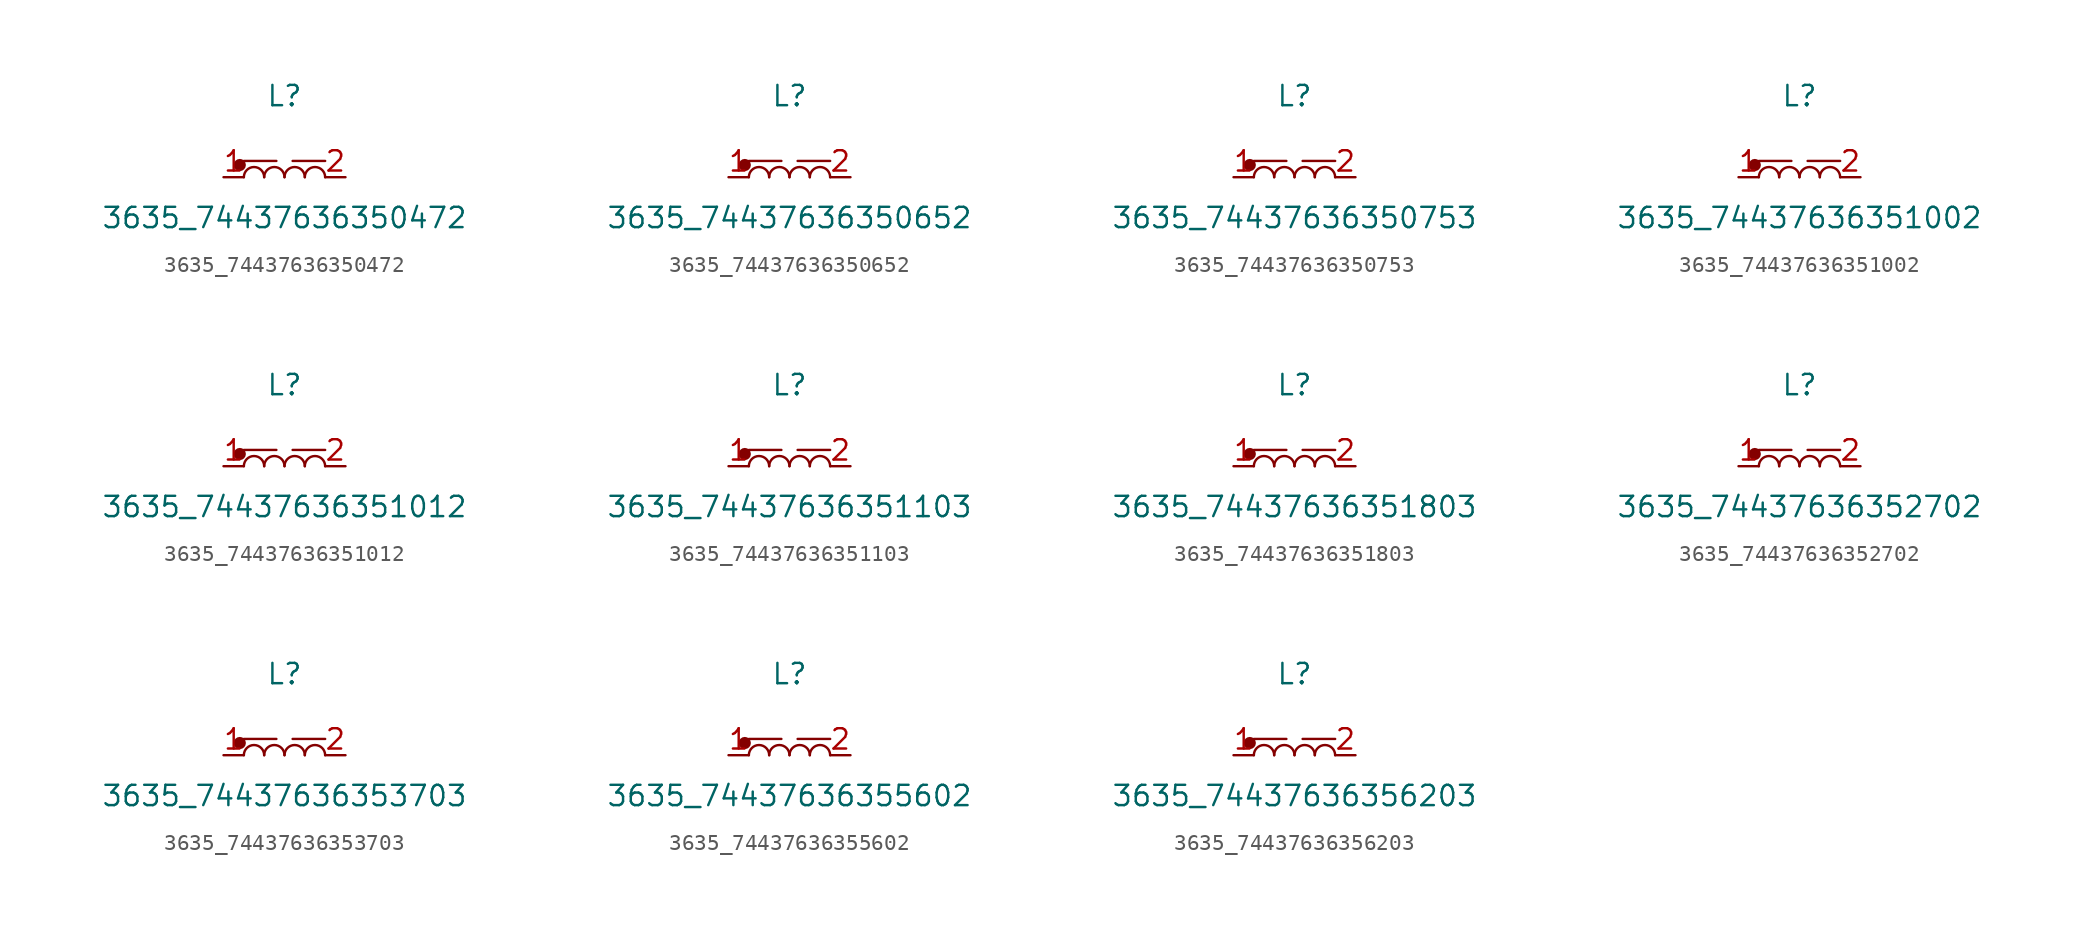
<source format=kicad_sym>
(kicad_symbol_lib
  (version 20220914)
  (generator kicad_symbol_editor)
  (symbol "3635_74437636350472"
    (pin_names hide)
    (property "Reference" "L"
      (at 0 5.08 0)
      (effects (font (size 1.27 1.27))))
    (property "Value" "3635_74437636350472"
      (at 0 -2.54 0)
      (effects (font (size 1.27 1.27))))
    (symbol "3635_74437636350472_0_1"
      (arc (start -1.27 0) (mid -1.905 0.6323) (end -2.54 0) (stroke (width 0) (type default)) (fill (type none)))
      (arc (start 0 0) (mid -0.635 0.6323) (end -1.27 0) (stroke (width 0) (type default)) (fill (type none)))
      (polyline (pts (xy -2.54 1.016) (xy -0.508 1.016)) (stroke (width 0) (type default)) (fill (type none)))
      (arc (start 1.27 0) (mid 0.635 0.6323) (end 0 0) (stroke (width 0) (type default)) (fill (type none)))
      (arc (start 2.54 0) (mid 1.905 0.6323) (end 1.27 0) (stroke (width 0) (type default)) (fill (type none))))
    (symbol "3635_74437636350472_1_1"
      (circle (center -2.794 0.762) (radius 0.0001) (stroke (width 0.381) (type default)) (fill (type none)))
      (polyline (pts (xy 2.54 1.016) (xy 0.508 1.016)) (stroke (width 0) (type default)) (fill (type none)))
      (pin passive line (at -3.81 0 0) (length 1.27) (name "1" (effects (font (size 1.27 1.27)))) (number "1" (effects (font (size 1.27 1.27)))))
      (pin passive line (at 3.81 0 180) (length 1.27) (name "2" (effects (font (size 1.27 1.27)))) (number "2" (effects (font (size 1.27 1.27)))))))
  (symbol "3635_74437636350652"
    (pin_names hide)
    (property "Reference" "L"
      (at 0 5.08 0)
      (effects (font (size 1.27 1.27))))
    (property "Value" "3635_74437636350652"
      (at 0 -2.54 0)
      (effects (font (size 1.27 1.27))))
    (symbol "3635_74437636350652_0_1"
      (arc (start -1.27 0) (mid -1.905 0.6323) (end -2.54 0) (stroke (width 0) (type default)) (fill (type none)))
      (arc (start 0 0) (mid -0.635 0.6323) (end -1.27 0) (stroke (width 0) (type default)) (fill (type none)))
      (polyline (pts (xy -2.54 1.016) (xy -0.508 1.016)) (stroke (width 0) (type default)) (fill (type none)))
      (arc (start 1.27 0) (mid 0.635 0.6323) (end 0 0) (stroke (width 0) (type default)) (fill (type none)))
      (arc (start 2.54 0) (mid 1.905 0.6323) (end 1.27 0) (stroke (width 0) (type default)) (fill (type none))))
    (symbol "3635_74437636350652_1_1"
      (circle (center -2.794 0.762) (radius 0.0001) (stroke (width 0.381) (type default)) (fill (type none)))
      (polyline (pts (xy 2.54 1.016) (xy 0.508 1.016)) (stroke (width 0) (type default)) (fill (type none)))
      (pin passive line (at -3.81 0 0) (length 1.27) (name "1" (effects (font (size 1.27 1.27)))) (number "1" (effects (font (size 1.27 1.27)))))
      (pin passive line (at 3.81 0 180) (length 1.27) (name "2" (effects (font (size 1.27 1.27)))) (number "2" (effects (font (size 1.27 1.27)))))))
  (symbol "3635_74437636350753"
    (pin_names hide)
    (property "Reference" "L"
      (at 0 5.08 0)
      (effects (font (size 1.27 1.27))))
    (property "Value" "3635_74437636350753"
      (at 0 -2.54 0)
      (effects (font (size 1.27 1.27))))
    (symbol "3635_74437636350753_0_1"
      (arc (start -1.27 0) (mid -1.905 0.6323) (end -2.54 0) (stroke (width 0) (type default)) (fill (type none)))
      (arc (start 0 0) (mid -0.635 0.6323) (end -1.27 0) (stroke (width 0) (type default)) (fill (type none)))
      (polyline (pts (xy -2.54 1.016) (xy -0.508 1.016)) (stroke (width 0) (type default)) (fill (type none)))
      (arc (start 1.27 0) (mid 0.635 0.6323) (end 0 0) (stroke (width 0) (type default)) (fill (type none)))
      (arc (start 2.54 0) (mid 1.905 0.6323) (end 1.27 0) (stroke (width 0) (type default)) (fill (type none))))
    (symbol "3635_74437636350753_1_1"
      (circle (center -2.794 0.762) (radius 0.0001) (stroke (width 0.381) (type default)) (fill (type none)))
      (polyline (pts (xy 2.54 1.016) (xy 0.508 1.016)) (stroke (width 0) (type default)) (fill (type none)))
      (pin passive line (at -3.81 0 0) (length 1.27) (name "1" (effects (font (size 1.27 1.27)))) (number "1" (effects (font (size 1.27 1.27)))))
      (pin passive line (at 3.81 0 180) (length 1.27) (name "2" (effects (font (size 1.27 1.27)))) (number "2" (effects (font (size 1.27 1.27)))))))
  (symbol "3635_74437636351002"
    (pin_names hide)
    (property "Reference" "L"
      (at 0 5.08 0)
      (effects (font (size 1.27 1.27))))
    (property "Value" "3635_74437636351002"
      (at 0 -2.54 0)
      (effects (font (size 1.27 1.27))))
    (symbol "3635_74437636351002_0_1"
      (arc (start -1.27 0) (mid -1.905 0.6323) (end -2.54 0) (stroke (width 0) (type default)) (fill (type none)))
      (arc (start 0 0) (mid -0.635 0.6323) (end -1.27 0) (stroke (width 0) (type default)) (fill (type none)))
      (polyline (pts (xy -2.54 1.016) (xy -0.508 1.016)) (stroke (width 0) (type default)) (fill (type none)))
      (arc (start 1.27 0) (mid 0.635 0.6323) (end 0 0) (stroke (width 0) (type default)) (fill (type none)))
      (arc (start 2.54 0) (mid 1.905 0.6323) (end 1.27 0) (stroke (width 0) (type default)) (fill (type none))))
    (symbol "3635_74437636351002_1_1"
      (circle (center -2.794 0.762) (radius 0.0001) (stroke (width 0.381) (type default)) (fill (type none)))
      (polyline (pts (xy 2.54 1.016) (xy 0.508 1.016)) (stroke (width 0) (type default)) (fill (type none)))
      (pin passive line (at -3.81 0 0) (length 1.27) (name "1" (effects (font (size 1.27 1.27)))) (number "1" (effects (font (size 1.27 1.27)))))
      (pin passive line (at 3.81 0 180) (length 1.27) (name "2" (effects (font (size 1.27 1.27)))) (number "2" (effects (font (size 1.27 1.27)))))))
  (symbol "3635_74437636351012"
    (pin_names hide)
    (property "Reference" "L"
      (at 0 5.08 0)
      (effects (font (size 1.27 1.27))))
    (property "Value" "3635_74437636351012"
      (at 0 -2.54 0)
      (effects (font (size 1.27 1.27))))
    (symbol "3635_74437636351012_0_1"
      (arc (start -1.27 0) (mid -1.905 0.6323) (end -2.54 0) (stroke (width 0) (type default)) (fill (type none)))
      (arc (start 0 0) (mid -0.635 0.6323) (end -1.27 0) (stroke (width 0) (type default)) (fill (type none)))
      (polyline (pts (xy -2.54 1.016) (xy -0.508 1.016)) (stroke (width 0) (type default)) (fill (type none)))
      (arc (start 1.27 0) (mid 0.635 0.6323) (end 0 0) (stroke (width 0) (type default)) (fill (type none)))
      (arc (start 2.54 0) (mid 1.905 0.6323) (end 1.27 0) (stroke (width 0) (type default)) (fill (type none))))
    (symbol "3635_74437636351012_1_1"
      (circle (center -2.794 0.762) (radius 0.0001) (stroke (width 0.381) (type default)) (fill (type none)))
      (polyline (pts (xy 2.54 1.016) (xy 0.508 1.016)) (stroke (width 0) (type default)) (fill (type none)))
      (pin passive line (at -3.81 0 0) (length 1.27) (name "1" (effects (font (size 1.27 1.27)))) (number "1" (effects (font (size 1.27 1.27)))))
      (pin passive line (at 3.81 0 180) (length 1.27) (name "2" (effects (font (size 1.27 1.27)))) (number "2" (effects (font (size 1.27 1.27)))))))
  (symbol "3635_74437636351103"
    (pin_names hide)
    (property "Reference" "L"
      (at 0 5.08 0)
      (effects (font (size 1.27 1.27))))
    (property "Value" "3635_74437636351103"
      (at 0 -2.54 0)
      (effects (font (size 1.27 1.27))))
    (symbol "3635_74437636351103_0_1"
      (arc (start -1.27 0) (mid -1.905 0.6323) (end -2.54 0) (stroke (width 0) (type default)) (fill (type none)))
      (arc (start 0 0) (mid -0.635 0.6323) (end -1.27 0) (stroke (width 0) (type default)) (fill (type none)))
      (polyline (pts (xy -2.54 1.016) (xy -0.508 1.016)) (stroke (width 0) (type default)) (fill (type none)))
      (arc (start 1.27 0) (mid 0.635 0.6323) (end 0 0) (stroke (width 0) (type default)) (fill (type none)))
      (arc (start 2.54 0) (mid 1.905 0.6323) (end 1.27 0) (stroke (width 0) (type default)) (fill (type none))))
    (symbol "3635_74437636351103_1_1"
      (circle (center -2.794 0.762) (radius 0.0001) (stroke (width 0.381) (type default)) (fill (type none)))
      (polyline (pts (xy 2.54 1.016) (xy 0.508 1.016)) (stroke (width 0) (type default)) (fill (type none)))
      (pin passive line (at -3.81 0 0) (length 1.27) (name "1" (effects (font (size 1.27 1.27)))) (number "1" (effects (font (size 1.27 1.27)))))
      (pin passive line (at 3.81 0 180) (length 1.27) (name "2" (effects (font (size 1.27 1.27)))) (number "2" (effects (font (size 1.27 1.27)))))))
  (symbol "3635_74437636351803"
    (pin_names hide)
    (property "Reference" "L"
      (at 0 5.08 0)
      (effects (font (size 1.27 1.27))))
    (property "Value" "3635_74437636351803"
      (at 0 -2.54 0)
      (effects (font (size 1.27 1.27))))
    (symbol "3635_74437636351803_0_1"
      (arc (start -1.27 0) (mid -1.905 0.6323) (end -2.54 0) (stroke (width 0) (type default)) (fill (type none)))
      (arc (start 0 0) (mid -0.635 0.6323) (end -1.27 0) (stroke (width 0) (type default)) (fill (type none)))
      (polyline (pts (xy -2.54 1.016) (xy -0.508 1.016)) (stroke (width 0) (type default)) (fill (type none)))
      (arc (start 1.27 0) (mid 0.635 0.6323) (end 0 0) (stroke (width 0) (type default)) (fill (type none)))
      (arc (start 2.54 0) (mid 1.905 0.6323) (end 1.27 0) (stroke (width 0) (type default)) (fill (type none))))
    (symbol "3635_74437636351803_1_1"
      (circle (center -2.794 0.762) (radius 0.0001) (stroke (width 0.381) (type default)) (fill (type none)))
      (polyline (pts (xy 2.54 1.016) (xy 0.508 1.016)) (stroke (width 0) (type default)) (fill (type none)))
      (pin passive line (at -3.81 0 0) (length 1.27) (name "1" (effects (font (size 1.27 1.27)))) (number "1" (effects (font (size 1.27 1.27)))))
      (pin passive line (at 3.81 0 180) (length 1.27) (name "2" (effects (font (size 1.27 1.27)))) (number "2" (effects (font (size 1.27 1.27)))))))
  (symbol "3635_74437636352702"
    (pin_names hide)
    (property "Reference" "L"
      (at 0 5.08 0)
      (effects (font (size 1.27 1.27))))
    (property "Value" "3635_74437636352702"
      (at 0 -2.54 0)
      (effects (font (size 1.27 1.27))))
    (symbol "3635_74437636352702_0_1"
      (arc (start -1.27 0) (mid -1.905 0.6323) (end -2.54 0) (stroke (width 0) (type default)) (fill (type none)))
      (arc (start 0 0) (mid -0.635 0.6323) (end -1.27 0) (stroke (width 0) (type default)) (fill (type none)))
      (polyline (pts (xy -2.54 1.016) (xy -0.508 1.016)) (stroke (width 0) (type default)) (fill (type none)))
      (arc (start 1.27 0) (mid 0.635 0.6323) (end 0 0) (stroke (width 0) (type default)) (fill (type none)))
      (arc (start 2.54 0) (mid 1.905 0.6323) (end 1.27 0) (stroke (width 0) (type default)) (fill (type none))))
    (symbol "3635_74437636352702_1_1"
      (circle (center -2.794 0.762) (radius 0.0001) (stroke (width 0.381) (type default)) (fill (type none)))
      (polyline (pts (xy 2.54 1.016) (xy 0.508 1.016)) (stroke (width 0) (type default)) (fill (type none)))
      (pin passive line (at -3.81 0 0) (length 1.27) (name "1" (effects (font (size 1.27 1.27)))) (number "1" (effects (font (size 1.27 1.27)))))
      (pin passive line (at 3.81 0 180) (length 1.27) (name "2" (effects (font (size 1.27 1.27)))) (number "2" (effects (font (size 1.27 1.27)))))))
  (symbol "3635_74437636353703"
    (pin_names hide)
    (property "Reference" "L"
      (at 0 5.08 0)
      (effects (font (size 1.27 1.27))))
    (property "Value" "3635_74437636353703"
      (at 0 -2.54 0)
      (effects (font (size 1.27 1.27))))
    (symbol "3635_74437636353703_0_1"
      (arc (start -1.27 0) (mid -1.905 0.6323) (end -2.54 0) (stroke (width 0) (type default)) (fill (type none)))
      (arc (start 0 0) (mid -0.635 0.6323) (end -1.27 0) (stroke (width 0) (type default)) (fill (type none)))
      (polyline (pts (xy -2.54 1.016) (xy -0.508 1.016)) (stroke (width 0) (type default)) (fill (type none)))
      (arc (start 1.27 0) (mid 0.635 0.6323) (end 0 0) (stroke (width 0) (type default)) (fill (type none)))
      (arc (start 2.54 0) (mid 1.905 0.6323) (end 1.27 0) (stroke (width 0) (type default)) (fill (type none))))
    (symbol "3635_74437636353703_1_1"
      (circle (center -2.794 0.762) (radius 0.0001) (stroke (width 0.381) (type default)) (fill (type none)))
      (polyline (pts (xy 2.54 1.016) (xy 0.508 1.016)) (stroke (width 0) (type default)) (fill (type none)))
      (pin passive line (at -3.81 0 0) (length 1.27) (name "1" (effects (font (size 1.27 1.27)))) (number "1" (effects (font (size 1.27 1.27)))))
      (pin passive line (at 3.81 0 180) (length 1.27) (name "2" (effects (font (size 1.27 1.27)))) (number "2" (effects (font (size 1.27 1.27)))))))
  (symbol "3635_74437636355602"
    (pin_names hide)
    (property "Reference" "L"
      (at 0 5.08 0)
      (effects (font (size 1.27 1.27))))
    (property "Value" "3635_74437636355602"
      (at 0 -2.54 0)
      (effects (font (size 1.27 1.27))))
    (symbol "3635_74437636355602_0_1"
      (arc (start -1.27 0) (mid -1.905 0.6323) (end -2.54 0) (stroke (width 0) (type default)) (fill (type none)))
      (arc (start 0 0) (mid -0.635 0.6323) (end -1.27 0) (stroke (width 0) (type default)) (fill (type none)))
      (polyline (pts (xy -2.54 1.016) (xy -0.508 1.016)) (stroke (width 0) (type default)) (fill (type none)))
      (arc (start 1.27 0) (mid 0.635 0.6323) (end 0 0) (stroke (width 0) (type default)) (fill (type none)))
      (arc (start 2.54 0) (mid 1.905 0.6323) (end 1.27 0) (stroke (width 0) (type default)) (fill (type none))))
    (symbol "3635_74437636355602_1_1"
      (circle (center -2.794 0.762) (radius 0.0001) (stroke (width 0.381) (type default)) (fill (type none)))
      (polyline (pts (xy 2.54 1.016) (xy 0.508 1.016)) (stroke (width 0) (type default)) (fill (type none)))
      (pin passive line (at -3.81 0 0) (length 1.27) (name "1" (effects (font (size 1.27 1.27)))) (number "1" (effects (font (size 1.27 1.27)))))
      (pin passive line (at 3.81 0 180) (length 1.27) (name "2" (effects (font (size 1.27 1.27)))) (number "2" (effects (font (size 1.27 1.27)))))))
  (symbol "3635_74437636356203"
    (pin_names hide)
    (property "Reference" "L"
      (at 0 5.08 0)
      (effects (font (size 1.27 1.27))))
    (property "Value" "3635_74437636356203"
      (at 0 -2.54 0)
      (effects (font (size 1.27 1.27))))
    (symbol "3635_74437636356203_0_1"
      (arc (start -1.27 0) (mid -1.905 0.6323) (end -2.54 0) (stroke (width 0) (type default)) (fill (type none)))
      (arc (start 0 0) (mid -0.635 0.6323) (end -1.27 0) (stroke (width 0) (type default)) (fill (type none)))
      (polyline (pts (xy -2.54 1.016) (xy -0.508 1.016)) (stroke (width 0) (type default)) (fill (type none)))
      (arc (start 1.27 0) (mid 0.635 0.6323) (end 0 0) (stroke (width 0) (type default)) (fill (type none)))
      (arc (start 2.54 0) (mid 1.905 0.6323) (end 1.27 0) (stroke (width 0) (type default)) (fill (type none))))
    (symbol "3635_74437636356203_1_1"
      (circle (center -2.794 0.762) (radius 0.0001) (stroke (width 0.381) (type default)) (fill (type none)))
      (polyline (pts (xy 2.54 1.016) (xy 0.508 1.016)) (stroke (width 0) (type default)) (fill (type none)))
      (pin passive line (at -3.81 0 0) (length 1.27) (name "1" (effects (font (size 1.27 1.27)))) (number "1" (effects (font (size 1.27 1.27)))))
      (pin passive line (at 3.81 0 180) (length 1.27) (name "2" (effects (font (size 1.27 1.27)))) (number "2" (effects (font (size 1.27 1.27))))))))
</source>
